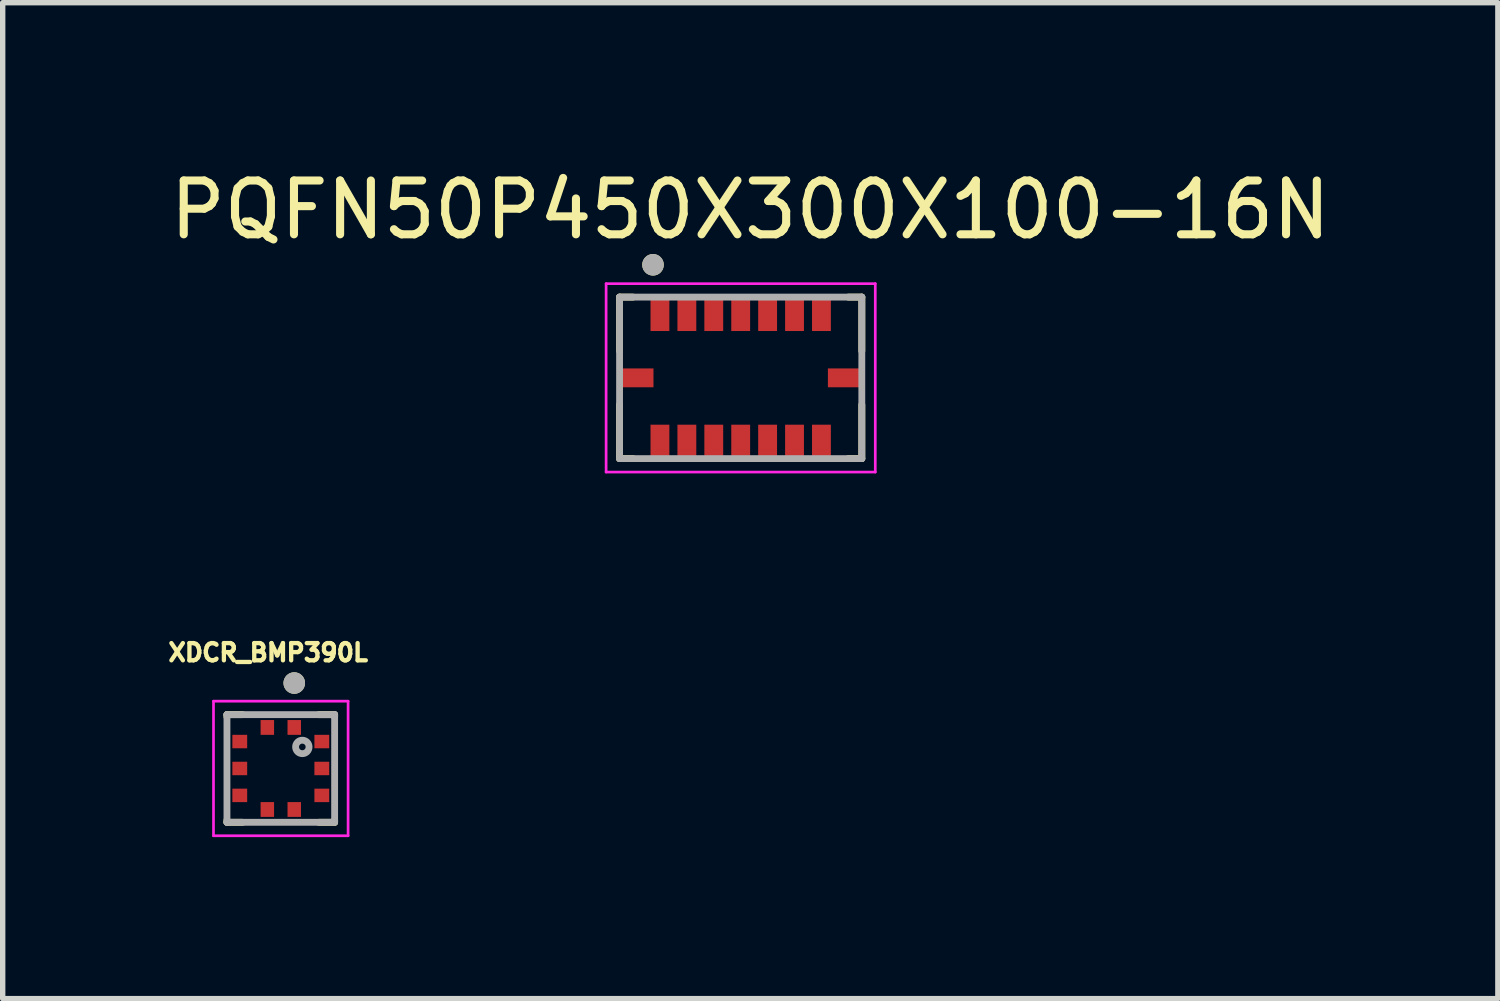
<source format=kicad_pcb>
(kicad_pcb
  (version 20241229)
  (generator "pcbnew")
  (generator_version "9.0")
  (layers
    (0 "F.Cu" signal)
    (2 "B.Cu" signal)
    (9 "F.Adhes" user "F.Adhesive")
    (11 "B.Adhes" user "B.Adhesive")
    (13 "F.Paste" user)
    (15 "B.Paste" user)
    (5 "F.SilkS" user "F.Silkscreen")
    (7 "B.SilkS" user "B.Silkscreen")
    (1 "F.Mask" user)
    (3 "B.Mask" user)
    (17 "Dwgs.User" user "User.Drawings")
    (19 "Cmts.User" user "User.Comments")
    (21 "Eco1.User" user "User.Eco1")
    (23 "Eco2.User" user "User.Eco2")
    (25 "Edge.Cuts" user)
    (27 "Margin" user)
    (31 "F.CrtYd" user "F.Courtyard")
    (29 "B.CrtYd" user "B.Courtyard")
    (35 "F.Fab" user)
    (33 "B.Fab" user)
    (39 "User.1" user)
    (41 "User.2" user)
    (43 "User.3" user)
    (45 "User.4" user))
  (footprint "XDCR_BMP390L"
    (layer "F.Cu")
    (at 2.166 11.225)
    (property "Reference" "XDCR_BMP390L" (at -0.234 -2.153 0) (layer "F.SilkS") (effects (font (size 0.32 0.32) (thickness 0.15))))
    (attr smd)
    (fp_line (start -1 -1) (end -0.708 -1) (stroke (width 0.127) (type solid)) (layer "F.SilkS"))
    (fp_line (start -1 -0.958) (end -1 -1) (stroke (width 0.127) (type solid)) (layer "F.SilkS"))
    (fp_line (start -1 1) (end -1 0.958) (stroke (width 0.127) (type solid)) (layer "F.SilkS"))
    (fp_line (start -1 1) (end -0.708 1) (stroke (width 0.127) (type solid)) (layer "F.SilkS"))
    (fp_line (start 0.708 -1) (end 1 -1) (stroke (width 0.127) (type solid)) (layer "F.SilkS"))
    (fp_line (start 1 -1) (end 1 -0.958) (stroke (width 0.127) (type solid)) (layer "F.SilkS"))
    (fp_line (start 1 0.958) (end 1 1) (stroke (width 0.127) (type solid)) (layer "F.SilkS"))
    (fp_line (start 1 1) (end 0.708 1) (stroke (width 0.127) (type solid)) (layer "F.SilkS"))
    (fp_circle (center 0.25 -1.587) (end 0.35 -1.587) (stroke (width 0.2) (type solid)) (fill no) (layer "F.SilkS"))
    (fp_line (start -1.25 -1.25) (end -1.25 1.25) (stroke (width 0.05) (type solid)) (layer "F.CrtYd"))
    (fp_line (start -1.25 1.25) (end 1.25 1.25) (stroke (width 0.05) (type solid)) (layer "F.CrtYd"))
    (fp_line (start 1.25 -1.25) (end -1.25 -1.25) (stroke (width 0.05) (type solid)) (layer "F.CrtYd"))
    (fp_line (start 1.25 1.25) (end 1.25 -1.25) (stroke (width 0.05) (type solid)) (layer "F.CrtYd"))
    (fp_line (start -1 -1) (end 1 -1) (stroke (width 0.127) (type solid)) (layer "F.Fab"))
    (fp_line (start -1 1) (end -1 -1) (stroke (width 0.127) (type solid)) (layer "F.Fab"))
    (fp_line (start 1 -1) (end 1 1) (stroke (width 0.127) (type solid)) (layer "F.Fab"))
    (fp_line (start 1 1) (end -1 1) (stroke (width 0.127) (type solid)) (layer "F.Fab"))
    (fp_circle (center 0.25 -1.587) (end 0.35 -1.587) (stroke (width 0.2) (type solid)) (fill no) (layer "F.Fab"))
    (fp_circle (center 0.4 -0.4) (end 0.525 -0.4) (stroke (width 0.127) (type solid)) (fill no) (layer "F.Fab"))
    (pad "1" smd rect (at 0.25 -0.762) (size 0.25 0.275) (layers "F.Cu" "F.Mask" "F.Paste"))
    (pad "2" smd rect (at -0.25 -0.762) (size 0.25 0.275) (layers "F.Cu" "F.Mask" "F.Paste"))
    (pad "3" smd rect (at -0.762 -0.5) (size 0.275 0.25) (layers "F.Cu" "F.Mask" "F.Paste"))
    (pad "4" smd rect (at -0.762 0) (size 0.275 0.25) (layers "F.Cu" "F.Mask" "F.Paste"))
    (pad "5" smd rect (at -0.762 0.5) (size 0.275 0.25) (layers "F.Cu" "F.Mask" "F.Paste"))
    (pad "6" smd rect (at -0.25 0.762) (size 0.25 0.275) (layers "F.Cu" "F.Mask" "F.Paste"))
    (pad "7" smd rect (at 0.25 0.762) (size 0.25 0.275) (layers "F.Cu" "F.Mask" "F.Paste"))
    (pad "8" smd rect (at 0.762 0.5) (size 0.275 0.25) (layers "F.Cu" "F.Mask" "F.Paste"))
    (pad "9" smd rect (at 0.762 0) (size 0.275 0.25) (layers "F.Cu" "F.Mask" "F.Paste"))
    (pad "10" smd rect (at 0.762 -0.5) (size 0.275 0.25) (layers "F.Cu" "F.Mask" "F.Paste")))
  (footprint "PQFN50P450X300X100-16N"
    (layer "F.Cu")
    (at 10.709 3.969)
    (property "Reference" "PQFN50P450X300X100-16N" (at 0.178 -3.121 0) (layer "F.SilkS") (effects (font (size 1 1) (thickness 0.15))))
    (attr smd)
    (fp_line (start -2.25 -1.5) (end -2 -1.5) (stroke (width 0.127) (type solid)) (layer "F.SilkS"))
    (fp_line (start -2.25 -0.5) (end -2.25 -1.5) (stroke (width 0.127) (type solid)) (layer "F.SilkS"))
    (fp_line (start -2.25 1.5) (end -2.25 0.5) (stroke (width 0.127) (type solid)) (layer "F.SilkS"))
    (fp_line (start -2 1.5) (end -2.25 1.5) (stroke (width 0.127) (type solid)) (layer "F.SilkS"))
    (fp_line (start 2.25 -1.5) (end 2 -1.5) (stroke (width 0.127) (type solid)) (layer "F.SilkS"))
    (fp_line (start 2.25 -0.5) (end 2.25 -1.5) (stroke (width 0.127) (type solid)) (layer "F.SilkS"))
    (fp_line (start 2.25 0.5) (end 2.25 1.5) (stroke (width 0.127) (type solid)) (layer "F.SilkS"))
    (fp_line (start 2.25 1.5) (end 2 1.5) (stroke (width 0.127) (type solid)) (layer "F.SilkS"))
    (fp_circle (center -1.629 -2.1) (end -1.529 -2.1) (stroke (width 0.2) (type solid)) (fill no) (layer "F.SilkS"))
    (fp_line (start -2.5 -1.75) (end 2.5 -1.75) (stroke (width 0.05) (type solid)) (layer "F.CrtYd"))
    (fp_line (start -2.5 1.75) (end -2.5 -1.75) (stroke (width 0.05) (type solid)) (layer "F.CrtYd"))
    (fp_line (start 2.5 -1.75) (end 2.5 1.75) (stroke (width 0.05) (type solid)) (layer "F.CrtYd"))
    (fp_line (start 2.5 1.75) (end -2.5 1.75) (stroke (width 0.05) (type solid)) (layer "F.CrtYd"))
    (fp_line (start -2.25 -1.5) (end 2.25 -1.5) (stroke (width 0.127) (type solid)) (layer "F.Fab"))
    (fp_line (start -2.25 1.5) (end -2.25 -1.5) (stroke (width 0.127) (type solid)) (layer "F.Fab"))
    (fp_line (start 2.25 -1.5) (end 2.25 1.5) (stroke (width 0.127) (type solid)) (layer "F.Fab"))
    (fp_line (start 2.25 1.5) (end -2.25 1.5) (stroke (width 0.127) (type solid)) (layer "F.Fab"))
    (fp_circle (center -1.629 -2.1) (end -1.529 -2.1) (stroke (width 0.2) (type solid)) (fill no) (layer "F.Fab"))
    (pad "1" smd rect (at -1.5 -1.165 270) (size 0.59 0.35) (layers "F.Cu" "F.Mask" "F.Paste"))
    (pad "2" smd rect (at -1 -1.165 270) (size 0.59 0.35) (layers "F.Cu" "F.Mask" "F.Paste"))
    (pad "3" smd rect (at -0.5 -1.165 270) (size 0.59 0.35) (layers "F.Cu" "F.Mask" "F.Paste"))
    (pad "4" smd rect (at 0 -1.165 270) (size 0.59 0.35) (layers "F.Cu" "F.Mask" "F.Paste"))
    (pad "5" smd rect (at 0.5 -1.165 270) (size 0.59 0.35) (layers "F.Cu" "F.Mask" "F.Paste"))
    (pad "6" smd rect (at 1 -1.165 270) (size 0.59 0.35) (layers "F.Cu" "F.Mask" "F.Paste"))
    (pad "7" smd rect (at 1.5 -1.165 270) (size 0.59 0.35) (layers "F.Cu" "F.Mask" "F.Paste"))
    (pad "8" smd rect (at 1.915 0 180) (size 0.59 0.35) (layers "F.Cu" "F.Mask" "F.Paste"))
    (pad "9" smd rect (at 1.5 1.165 90) (size 0.59 0.35) (layers "F.Cu" "F.Mask" "F.Paste"))
    (pad "10" smd rect (at 1 1.165 90) (size 0.59 0.35) (layers "F.Cu" "F.Mask" "F.Paste"))
    (pad "11" smd rect (at 0.5 1.165 90) (size 0.59 0.35) (layers "F.Cu" "F.Mask" "F.Paste"))
    (pad "12" smd rect (at 0 1.165 90) (size 0.59 0.35) (layers "F.Cu" "F.Mask" "F.Paste"))
    (pad "13" smd rect (at -0.5 1.165 90) (size 0.59 0.35) (layers "F.Cu" "F.Mask" "F.Paste"))
    (pad "14" smd rect (at -1 1.165 90) (size 0.59 0.35) (layers "F.Cu" "F.Mask" "F.Paste"))
    (pad "15" smd rect (at -1.5 1.165 90) (size 0.59 0.35) (layers "F.Cu" "F.Mask" "F.Paste"))
    (pad "16" smd rect (at -1.915 0) (size 0.59 0.35) (layers "F.Cu" "F.Mask" "F.Paste")))
  (gr_rect
    (start -3 -3)
    (end 24.774 15.5)
    (stroke (width 0.1) (type default))
    (fill no)
    (layer "Edge.Cuts")))
</source>
